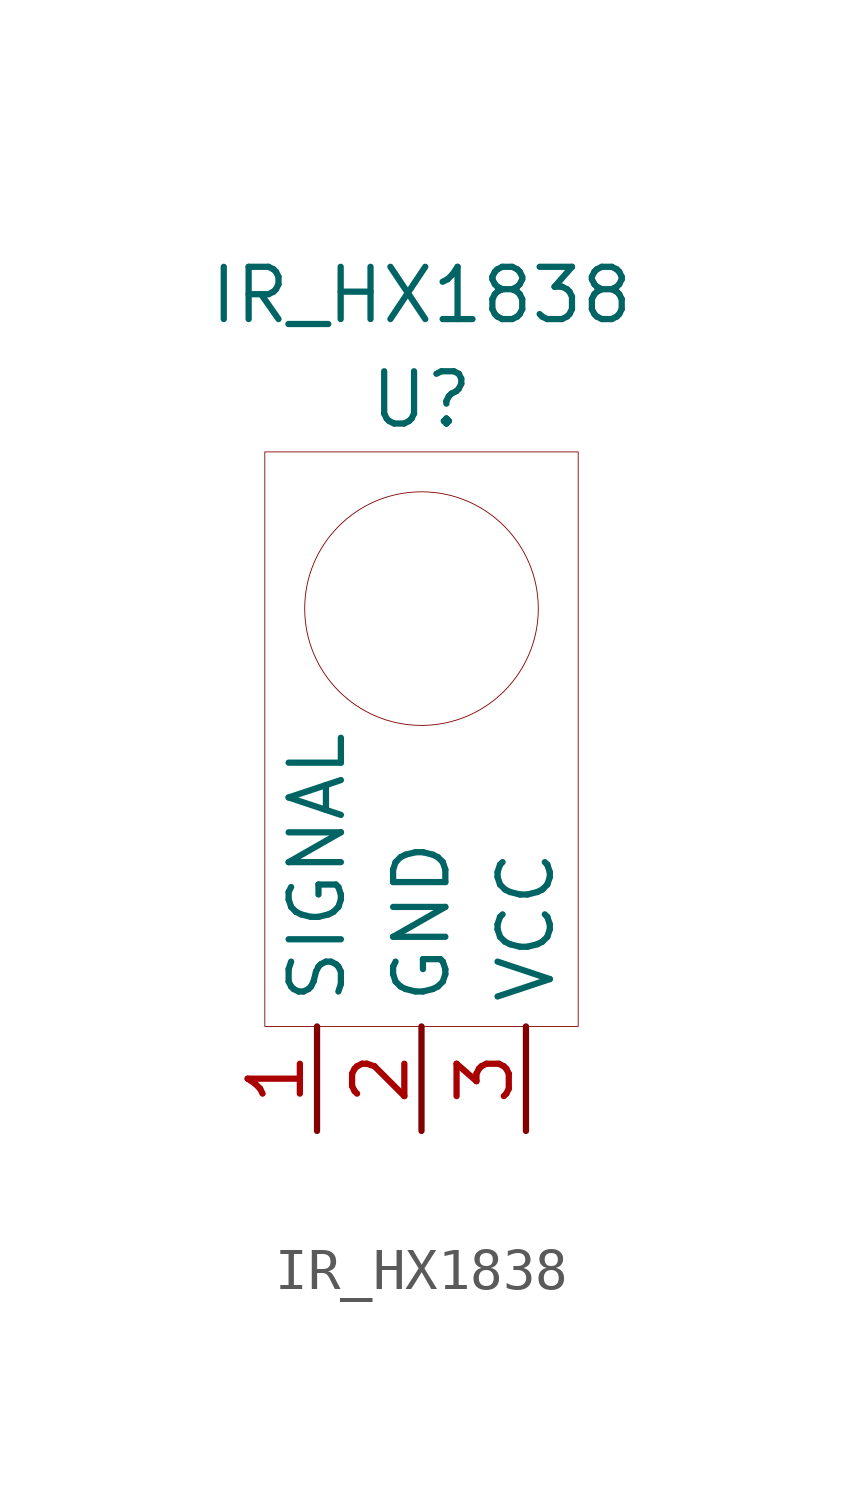
<source format=kicad_sym>
(kicad_symbol_lib
  (version 20201005)
  (generator kicad_symbol_editor)
  (symbol "Library:IR_HX1838"
    (property "Reference" "U"
      (at 0 1.27 0)
      (effects (font (size 1.27 1.27))))
    (property "Value" "IR_HX1838"
      (at 0 3.81 0)
      (effects (font (size 1.27 1.27))))
    (symbol "IR_HX1838_0_1"
      (circle (center 0 -3.81) (radius 2.84) (stroke (width 0.001)) (fill (type none)))
      (rectangle (start -3.81 0) (end 3.81 -13.97) (stroke (width 0.001)) (fill (type none))))
    (symbol "IR_HX1838_1_1"
      (pin input line (at -2.54 -16.51 90) (length 2.54) (name "SIGNAL" (effects (font (size 1.27 1.27)))) (number "1" (effects (font (size 1.27 1.27)))))
      (pin input line (at 0 -16.51 90) (length 2.54) (name "GND" (effects (font (size 1.27 1.27)))) (number "2" (effects (font (size 1.27 1.27)))))
      (pin input line (at 2.54 -16.51 90) (length 2.54) (name "VCC" (effects (font (size 1.27 1.27)))) (number "3" (effects (font (size 1.27 1.27))))))))
</source>
